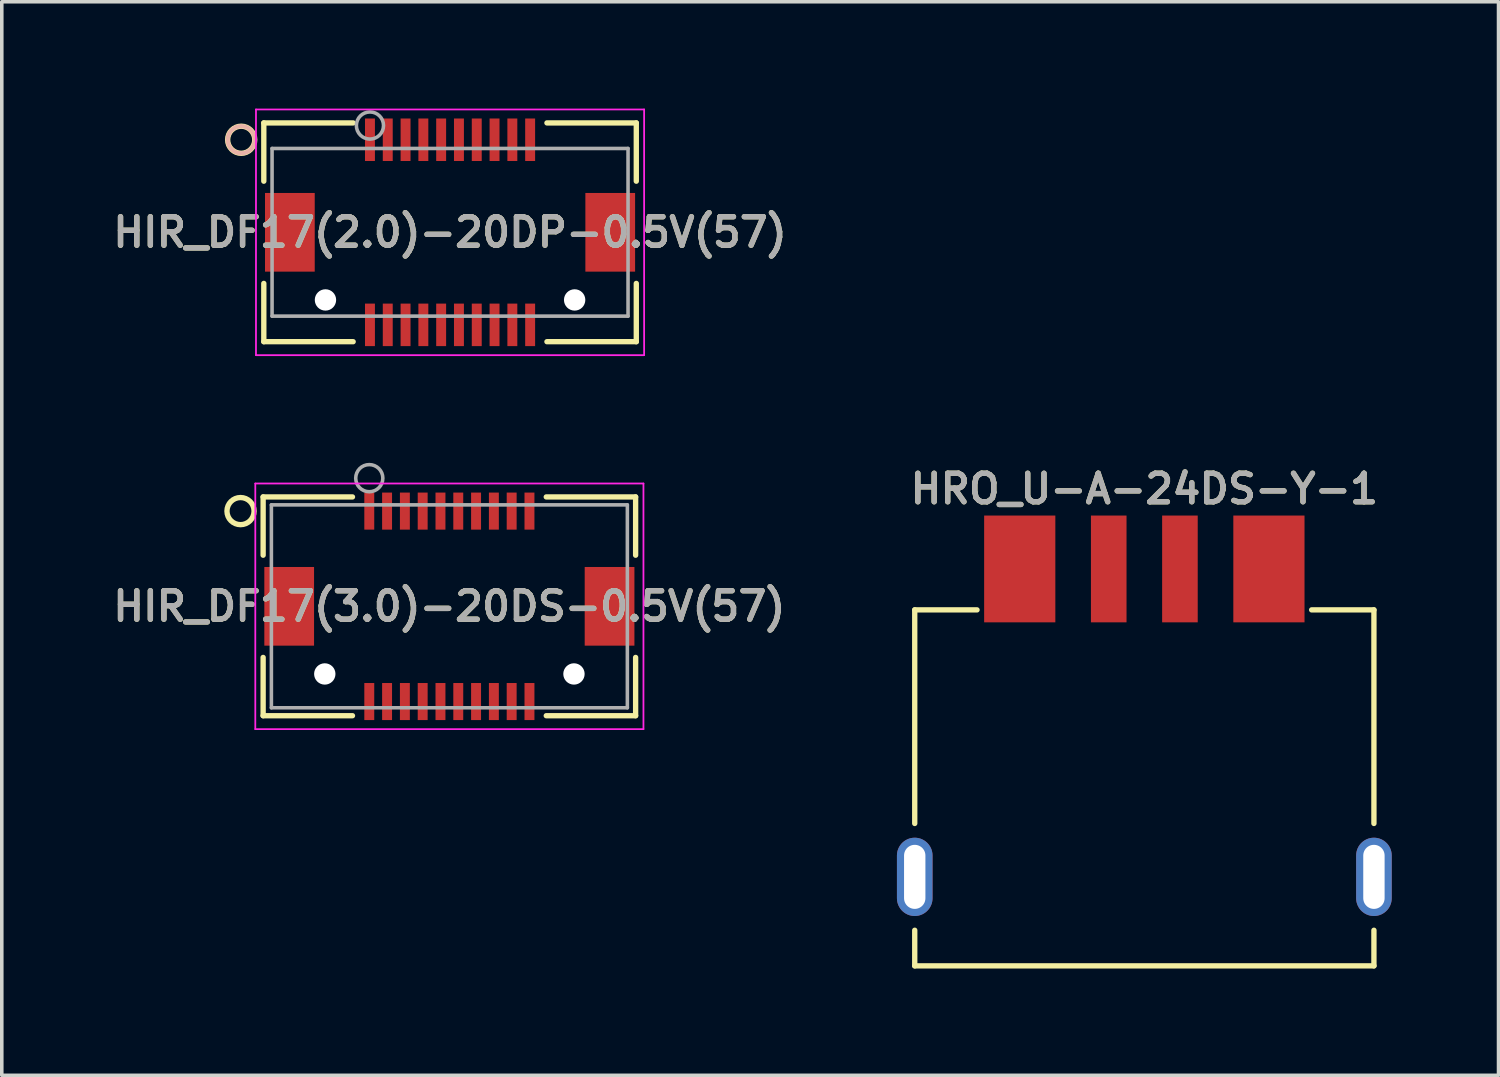
<source format=kicad_pcb>
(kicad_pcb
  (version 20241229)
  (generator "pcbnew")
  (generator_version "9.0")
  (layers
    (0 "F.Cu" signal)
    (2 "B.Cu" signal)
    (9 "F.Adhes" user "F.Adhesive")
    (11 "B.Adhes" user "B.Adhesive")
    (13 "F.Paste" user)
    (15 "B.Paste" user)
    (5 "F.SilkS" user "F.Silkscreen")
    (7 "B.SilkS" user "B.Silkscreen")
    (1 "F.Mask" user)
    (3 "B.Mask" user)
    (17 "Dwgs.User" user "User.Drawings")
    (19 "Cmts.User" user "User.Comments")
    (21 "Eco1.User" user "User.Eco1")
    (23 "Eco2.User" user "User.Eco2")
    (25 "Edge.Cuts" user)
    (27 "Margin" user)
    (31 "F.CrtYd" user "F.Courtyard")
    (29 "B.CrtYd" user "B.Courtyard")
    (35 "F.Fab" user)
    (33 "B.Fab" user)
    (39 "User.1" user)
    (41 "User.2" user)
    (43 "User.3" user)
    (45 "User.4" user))
  (footprint "HRO_U-A-24DS-Y-1"
    (layer "F.Cu")
    (at 29.097 14.083)
    (property "Reference" "HRO_U-A-24DS-Y-1" (at 0 -3.4 0) (layer "F.SilkS") (effects (font (size 0.8 0.8) (thickness 0.15))))
    (attr through_hole)
    (fp_line (start -6.45 0) (end -6.45 6) (stroke (width 0.15) (type solid)) (layer "F.SilkS"))
    (fp_line (start -6.45 0) (end -4.7 0) (stroke (width 0.15) (type solid)) (layer "F.SilkS"))
    (fp_line (start -6.45 10) (end -6.45 9) (stroke (width 0.15) (type solid)) (layer "F.SilkS"))
    (fp_line (start -6.45 10) (end 6.45 10) (stroke (width 0.15) (type solid)) (layer "F.SilkS"))
    (fp_line (start 6.45 0) (end 4.7 0) (stroke (width 0.15) (type solid)) (layer "F.SilkS"))
    (fp_line (start 6.45 0) (end 6.45 6) (stroke (width 0.15) (type solid)) (layer "F.SilkS"))
    (fp_line (start 6.45 10) (end 6.45 9) (stroke (width 0.15) (type solid)) (layer "F.SilkS"))
    (fp_text user "${REFERENCE}" (at 0 -3.4 0) (layer "F.Fab") (effects (font (size 0.8 0.8) (thickness 0.15))))
    (pad "1" smd rect (at -3.5 -1.15) (size 2 3) (layers "F.Cu" "F.Mask" "F.Paste"))
    (pad "2" smd rect (at -1 -1.15) (size 1 3) (layers "F.Cu" "F.Mask" "F.Paste"))
    (pad "3" smd rect (at 1 -1.15) (size 1 3) (layers "F.Cu" "F.Mask" "F.Paste"))
    (pad "4" smd rect (at 3.5 -1.15) (size 2 3) (layers "F.Cu" "F.Mask" "F.Paste"))
    (pad "S" thru_hole oval (at -6.45 7.5) (size 1 2.2) (drill oval 0.6 1.8) (layers "*.Cu" "*.Mask"))
    (pad "S" thru_hole oval (at 6.45 7.5) (size 1 2.2) (drill oval 0.6 1.8) (layers "*.Cu" "*.Mask")))
  (footprint "HIR_DF17(2.0)-20DP-0.5V(57)"
    (layer "F.Cu")
    (at 9.593 3.476)
    (property "Reference" "HIR_DF17(2.0)-20DP-0.5V(57)" (at 0 0 0) (layer "F.SilkS") (effects (font (size 0.8 0.8) (thickness 0.15))))
    (attr smd)
    (fp_line (start -5.232 -3.073) (end -5.232 -1.436) (stroke (width 0.15) (type solid)) (layer "F.SilkS"))
    (fp_line (start -5.232 1.436) (end -5.232 3.073) (stroke (width 0.15) (type solid)) (layer "F.SilkS"))
    (fp_line (start -5.232 3.073) (end -2.722 3.073) (stroke (width 0.15) (type solid)) (layer "F.SilkS"))
    (fp_line (start -2.722 -3.073) (end -5.232 -3.073) (stroke (width 0.15) (type solid)) (layer "F.SilkS"))
    (fp_line (start 2.722 3.073) (end 5.232 3.073) (stroke (width 0.15) (type solid)) (layer "F.SilkS"))
    (fp_line (start 5.232 -3.073) (end 2.722 -3.073) (stroke (width 0.15) (type solid)) (layer "F.SilkS"))
    (fp_line (start 5.232 -1.436) (end 5.232 -3.073) (stroke (width 0.15) (type solid)) (layer "F.SilkS"))
    (fp_line (start 5.232 3.073) (end 5.232 1.436) (stroke (width 0.15) (type solid)) (layer "F.SilkS"))
    (fp_circle (center -5.867 -2.6) (end -5.486 -2.6) (stroke (width 0.15) (type solid)) (fill no) (layer "F.SilkS"))
    (fp_circle (center -5.867 -2.6) (end -5.486 -2.6) (stroke (width 0.12) (type solid)) (fill no) (layer "B.SilkS"))
    (fp_line (start -5.452 -3.451) (end -5.452 3.451) (stroke (width 0.05) (type solid)) (layer "F.CrtYd"))
    (fp_line (start -5.452 3.451) (end 5.452 3.451) (stroke (width 0.05) (type solid)) (layer "F.CrtYd"))
    (fp_line (start 5.452 -3.451) (end -5.452 -3.451) (stroke (width 0.05) (type solid)) (layer "F.CrtYd"))
    (fp_line (start 5.452 3.451) (end 5.452 -3.451) (stroke (width 0.05) (type solid)) (layer "F.CrtYd"))
    (fp_line (start -5 -2.355) (end -5 2.355) (stroke (width 0.1) (type solid)) (layer "F.Fab"))
    (fp_line (start -5 2.355) (end 5 2.355) (stroke (width 0.1) (type solid)) (layer "F.Fab"))
    (fp_line (start 5 -2.355) (end -5 -2.355) (stroke (width 0.1) (type solid)) (layer "F.Fab"))
    (fp_line (start 5 2.355) (end 5 -2.355) (stroke (width 0.1) (type solid)) (layer "F.Fab"))
    (fp_circle (center -2.25 -3) (end -1.869 -3) (stroke (width 0.1) (type solid)) (fill no) (layer "F.Fab"))
    (fp_text user "${REFERENCE}" (at 0 0 0) (layer "F.Fab") (effects (font (size 0.8 0.8) (thickness 0.15))))
    (pad "" np_thru_hole circle (at -3.5 1.9) (size 0.6 0.6) (drill 0.6) (layers "*.Cu"))
    (pad "" np_thru_hole circle (at 3.5 1.9) (size 0.6 0.6) (drill 0.6) (layers "*.Cu"))
    (pad "1" smd rect (at -2.25 -2.6) (size 0.279 1.194) (layers "F.Cu" "F.Mask" "F.Paste"))
    (pad "2" smd rect (at -2.25 2.6) (size 0.279 1.194) (layers "F.Cu" "F.Mask" "F.Paste"))
    (pad "3" smd rect (at -1.75 -2.6) (size 0.279 1.194) (layers "F.Cu" "F.Mask" "F.Paste"))
    (pad "4" smd rect (at -1.75 2.6) (size 0.279 1.194) (layers "F.Cu" "F.Mask" "F.Paste"))
    (pad "5" smd rect (at -1.25 -2.6) (size 0.279 1.194) (layers "F.Cu" "F.Mask" "F.Paste"))
    (pad "6" smd rect (at -1.25 2.6) (size 0.279 1.194) (layers "F.Cu" "F.Mask" "F.Paste"))
    (pad "7" smd rect (at -0.75 -2.6) (size 0.279 1.194) (layers "F.Cu" "F.Mask" "F.Paste"))
    (pad "8" smd rect (at -0.75 2.6) (size 0.279 1.194) (layers "F.Cu" "F.Mask" "F.Paste"))
    (pad "9" smd rect (at -0.25 -2.6) (size 0.279 1.194) (layers "F.Cu" "F.Mask" "F.Paste"))
    (pad "10" smd rect (at -0.25 2.6) (size 0.279 1.194) (layers "F.Cu" "F.Mask" "F.Paste"))
    (pad "11" smd rect (at 0.25 -2.6) (size 0.279 1.194) (layers "F.Cu" "F.Mask" "F.Paste"))
    (pad "12" smd rect (at 0.25 2.6) (size 0.279 1.194) (layers "F.Cu" "F.Mask" "F.Paste"))
    (pad "13" smd rect (at 0.75 -2.6) (size 0.279 1.194) (layers "F.Cu" "F.Mask" "F.Paste"))
    (pad "14" smd rect (at 0.75 2.6) (size 0.279 1.194) (layers "F.Cu" "F.Mask" "F.Paste"))
    (pad "15" smd rect (at 1.25 -2.6) (size 0.279 1.194) (layers "F.Cu" "F.Mask" "F.Paste"))
    (pad "16" smd rect (at 1.25 2.6) (size 0.279 1.194) (layers "F.Cu" "F.Mask" "F.Paste"))
    (pad "17" smd rect (at 1.75 -2.6) (size 0.279 1.194) (layers "F.Cu" "F.Mask" "F.Paste"))
    (pad "18" smd rect (at 1.75 2.6) (size 0.279 1.194) (layers "F.Cu" "F.Mask" "F.Paste"))
    (pad "19" smd rect (at 2.25 -2.6) (size 0.279 1.194) (layers "F.Cu" "F.Mask" "F.Paste"))
    (pad "20" smd rect (at 2.25 2.6) (size 0.279 1.194) (layers "F.Cu" "F.Mask" "F.Paste"))
    (pad "21" smd rect (at -4.5 0) (size 1.397 2.21) (layers "F.Cu" "F.Mask" "F.Paste"))
    (pad "22" smd rect (at 4.5 0) (size 1.397 2.21) (layers "F.Cu" "F.Mask" "F.Paste")))
  (footprint "HIR_DF17(3.0)-20DS-0.5V(57)"
    (layer "F.Cu")
    (at 9.574 13.983)
    (property "Reference" "HIR_DF17(3.0)-20DS-0.5V(57)" (at 0 0 0) (layer "F.SilkS") (effects (font (size 0.8 0.8) (thickness 0.15))))
    (attr smd)
    (fp_line (start -5.232 -3.073) (end -5.232 -1.436) (stroke (width 0.15) (type solid)) (layer "F.SilkS"))
    (fp_line (start -5.232 1.436) (end -5.232 3.073) (stroke (width 0.15) (type solid)) (layer "F.SilkS"))
    (fp_line (start -5.232 3.073) (end -2.722 3.073) (stroke (width 0.15) (type solid)) (layer "F.SilkS"))
    (fp_line (start -2.722 -3.073) (end -5.232 -3.073) (stroke (width 0.15) (type solid)) (layer "F.SilkS"))
    (fp_line (start 2.722 3.073) (end 5.232 3.073) (stroke (width 0.15) (type solid)) (layer "F.SilkS"))
    (fp_line (start 5.232 -3.073) (end 2.722 -3.073) (stroke (width 0.15) (type solid)) (layer "F.SilkS"))
    (fp_line (start 5.232 -1.436) (end 5.232 -3.073) (stroke (width 0.15) (type solid)) (layer "F.SilkS"))
    (fp_line (start 5.232 3.073) (end 5.232 1.436) (stroke (width 0.15) (type solid)) (layer "F.SilkS"))
    (fp_circle (center -5.867 -2.675) (end -5.486 -2.675) (stroke (width 0.15) (type solid)) (fill no) (layer "F.SilkS"))
    (fp_line (start -5.452 -3.45) (end -5.452 3.45) (stroke (width 0.05) (type solid)) (layer "F.CrtYd"))
    (fp_line (start -5.452 3.45) (end 5.452 3.45) (stroke (width 0.05) (type solid)) (layer "F.CrtYd"))
    (fp_line (start 5.452 -3.45) (end -5.452 -3.45) (stroke (width 0.05) (type solid)) (layer "F.CrtYd"))
    (fp_line (start 5.452 3.45) (end 5.452 -3.45) (stroke (width 0.05) (type solid)) (layer "F.CrtYd"))
    (fp_line (start -5 -2.85) (end -5 2.85) (stroke (width 0.1) (type solid)) (layer "F.Fab"))
    (fp_line (start -5 2.85) (end 5 2.85) (stroke (width 0.1) (type solid)) (layer "F.Fab"))
    (fp_line (start 5 -2.85) (end -5 -2.85) (stroke (width 0.1) (type solid)) (layer "F.Fab"))
    (fp_line (start 5 -2.85) (end 5 2.85) (stroke (width 0.1) (type solid)) (layer "F.Fab"))
    (fp_circle (center -2.25 -3.6) (end -1.869 -3.6) (stroke (width 0.1) (type solid)) (fill no) (layer "F.Fab"))
    (fp_text user "${REFERENCE}" (at 0 0 0) (layer "F.Fab") (effects (font (size 0.8 0.8) (thickness 0.15))))
    (pad "" np_thru_hole circle (at -3.5 1.9) (size 0.6 0.6) (drill 0.6) (layers "*.Cu"))
    (pad "" np_thru_hole circle (at 3.5 1.9) (size 0.6 0.6) (drill 0.6) (layers "*.Cu"))
    (pad "1" smd rect (at -2.25 -2.675) (size 0.279 1.041) (layers "F.Cu" "F.Mask" "F.Paste"))
    (pad "2" smd rect (at -2.25 2.675) (size 0.279 1.041) (layers "F.Cu" "F.Mask" "F.Paste"))
    (pad "3" smd rect (at -1.75 -2.675) (size 0.279 1.041) (layers "F.Cu" "F.Mask" "F.Paste"))
    (pad "4" smd rect (at -1.75 2.675) (size 0.279 1.041) (layers "F.Cu" "F.Mask" "F.Paste"))
    (pad "5" smd rect (at -1.25 -2.675) (size 0.279 1.041) (layers "F.Cu" "F.Mask" "F.Paste"))
    (pad "6" smd rect (at -1.25 2.675) (size 0.279 1.041) (layers "F.Cu" "F.Mask" "F.Paste"))
    (pad "7" smd rect (at -0.75 -2.675) (size 0.279 1.041) (layers "F.Cu" "F.Mask" "F.Paste"))
    (pad "8" smd rect (at -0.75 2.675) (size 0.279 1.041) (layers "F.Cu" "F.Mask" "F.Paste"))
    (pad "9" smd rect (at -0.25 -2.675) (size 0.279 1.041) (layers "F.Cu" "F.Mask" "F.Paste"))
    (pad "10" smd rect (at -0.25 2.675) (size 0.279 1.041) (layers "F.Cu" "F.Mask" "F.Paste"))
    (pad "11" smd rect (at 0.25 -2.675) (size 0.279 1.041) (layers "F.Cu" "F.Mask" "F.Paste"))
    (pad "12" smd rect (at 0.25 2.675) (size 0.279 1.041) (layers "F.Cu" "F.Mask" "F.Paste"))
    (pad "13" smd rect (at 0.75 -2.675) (size 0.279 1.041) (layers "F.Cu" "F.Mask" "F.Paste"))
    (pad "14" smd rect (at 0.75 2.675) (size 0.279 1.041) (layers "F.Cu" "F.Mask" "F.Paste"))
    (pad "15" smd rect (at 1.25 -2.675) (size 0.279 1.041) (layers "F.Cu" "F.Mask" "F.Paste"))
    (pad "16" smd rect (at 1.25 2.675) (size 0.279 1.041) (layers "F.Cu" "F.Mask" "F.Paste"))
    (pad "17" smd rect (at 1.75 -2.675) (size 0.279 1.041) (layers "F.Cu" "F.Mask" "F.Paste"))
    (pad "18" smd rect (at 1.75 2.675) (size 0.279 1.041) (layers "F.Cu" "F.Mask" "F.Paste"))
    (pad "19" smd rect (at 2.25 -2.675) (size 0.279 1.041) (layers "F.Cu" "F.Mask" "F.Paste"))
    (pad "20" smd rect (at 2.25 2.675) (size 0.279 1.041) (layers "F.Cu" "F.Mask" "F.Paste"))
    (pad "MP" smd rect (at -4.5 0) (size 1.397 2.21) (layers "F.Cu" "F.Mask" "F.Paste"))
    (pad "MP" smd rect (at 4.5 0) (size 1.397 2.21) (layers "F.Cu" "F.Mask" "F.Paste")))
  (gr_rect
    (start -3 -3)
    (end 39.047 27.158)
    (stroke (width 0.1) (type default))
    (fill no)
    (layer "Edge.Cuts")))
</source>
